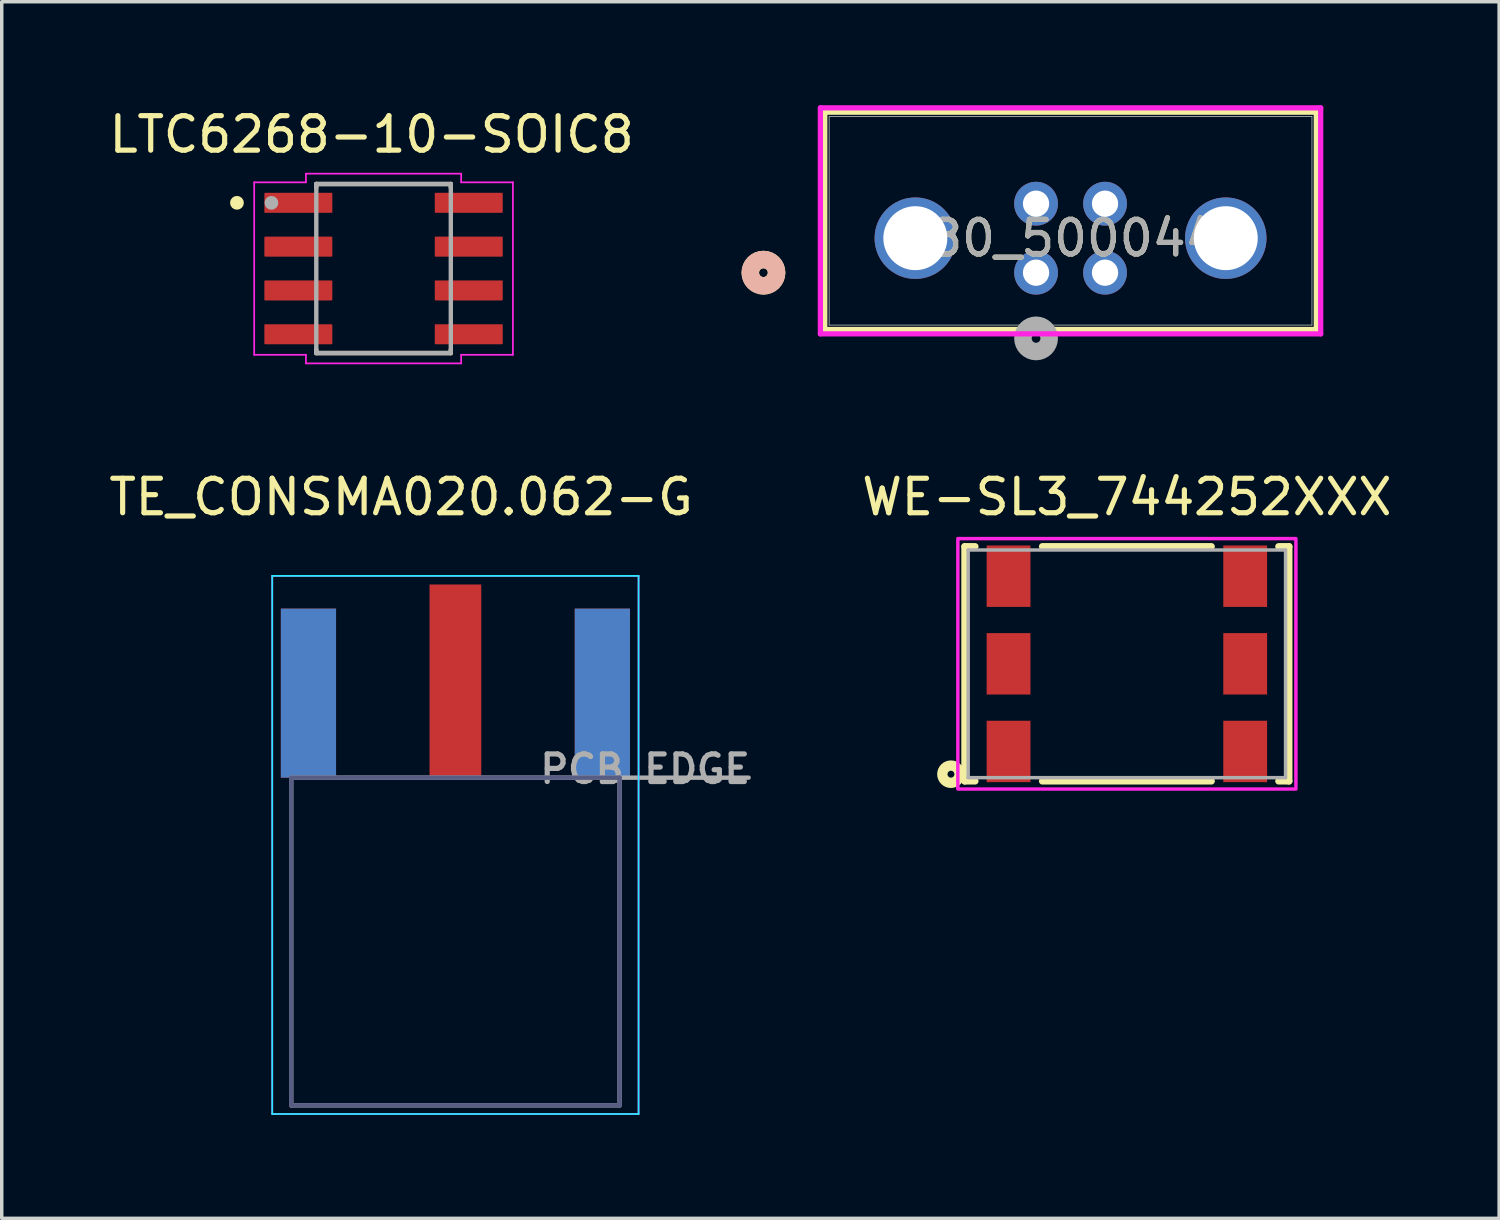
<source format=kicad_pcb>
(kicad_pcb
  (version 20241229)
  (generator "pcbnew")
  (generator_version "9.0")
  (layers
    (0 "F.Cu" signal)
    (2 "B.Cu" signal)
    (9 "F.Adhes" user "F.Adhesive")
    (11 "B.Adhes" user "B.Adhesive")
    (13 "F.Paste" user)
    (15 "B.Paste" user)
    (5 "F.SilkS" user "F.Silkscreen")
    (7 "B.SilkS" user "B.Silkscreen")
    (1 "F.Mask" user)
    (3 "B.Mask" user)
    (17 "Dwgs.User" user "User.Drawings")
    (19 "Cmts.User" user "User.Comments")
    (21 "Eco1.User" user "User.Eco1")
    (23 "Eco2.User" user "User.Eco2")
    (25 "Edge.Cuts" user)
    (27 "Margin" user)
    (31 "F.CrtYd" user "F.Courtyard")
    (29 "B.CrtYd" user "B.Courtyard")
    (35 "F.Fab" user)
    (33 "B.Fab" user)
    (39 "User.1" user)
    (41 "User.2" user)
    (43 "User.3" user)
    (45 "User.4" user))
  (footprint "WE-SL3_744252XXX"
    (layer "F.Cu")
    (at 29.618 16.194)
    (property "Reference" "WE-SL3_744252XXX" (at 0 -4.835 0) (layer "F.SilkS") (effects (font (size 1 1) (thickness 0.15))))
    (attr smd)
    (fp_line (start -4.7 -3.4) (end -4.7 3.4) (stroke (width 0.2) (type solid)) (layer "F.SilkS"))
    (fp_line (start -4.4 -3.4) (end -4.7 -3.4) (stroke (width 0.2) (type solid)) (layer "F.SilkS"))
    (fp_line (start -4.4 3.4) (end -4.7 3.4) (stroke (width 0.2) (type solid)) (layer "F.SilkS"))
    (fp_line (start -2.45 -3.4) (end 2.45 -3.4) (stroke (width 0.2) (type solid)) (layer "F.SilkS"))
    (fp_line (start -2.45 3.4) (end 2.45 3.4) (stroke (width 0.2) (type solid)) (layer "F.SilkS"))
    (fp_line (start 4.4 -3.4) (end 4.7 -3.4) (stroke (width 0.2) (type solid)) (layer "F.SilkS"))
    (fp_line (start 4.4 3.4) (end 4.7 3.4) (stroke (width 0.2) (type solid)) (layer "F.SilkS"))
    (fp_line (start 4.7 -3.4) (end 4.7 3.4) (stroke (width 0.2) (type solid)) (layer "F.SilkS"))
    (fp_circle (center -5.1 3.2) (end -5 3.2) (stroke (width 0.3) (type solid)) (fill no) (layer "F.SilkS"))
    (fp_poly (pts (xy -4.9 -3.63) (xy 4.9 -3.63) (xy 4.9 3.63) (xy -4.9 3.63)) (stroke (width 0.1) (type solid)) (fill no) (layer "F.CrtYd"))
    (fp_line (start -4.6 -3.3) (end -4.6 3.3) (stroke (width 0.1) (type solid)) (layer "F.Fab"))
    (fp_line (start -4.6 -3.3) (end 4.6 -3.3) (stroke (width 0.1) (type solid)) (layer "F.Fab"))
    (fp_line (start -4.6 3.3) (end 4.6 3.3) (stroke (width 0.1) (type solid)) (layer "F.Fab"))
    (fp_line (start 4.6 -3.3) (end 4.6 3.3) (stroke (width 0.1) (type solid)) (layer "F.Fab"))
    (pad "1" smd rect (at -3.43 2.54) (size 1.27 1.78) (layers "F.Cu" "F.Mask" "F.Paste"))
    (pad "2" smd rect (at -3.43 0) (size 1.27 1.78) (layers "F.Cu" "F.Mask" "F.Paste"))
    (pad "3" smd rect (at -3.43 -2.54) (size 1.27 1.78) (layers "F.Cu" "F.Mask" "F.Paste"))
    (pad "4" smd rect (at 3.43 -2.54) (size 1.27 1.78) (layers "F.Cu" "F.Mask" "F.Paste"))
    (pad "5" smd rect (at 3.43 0) (size 1.27 1.78) (layers "F.Cu" "F.Mask" "F.Paste"))
    (pad "6" smd rect (at 3.43 2.54) (size 1.27 1.78) (layers "F.Cu" "F.Mask" "F.Paste")))
  (footprint "TE_CONSMA020.062-G"
    (layer "F.Cu")
    (at 10.152 19.494)
    (property "Reference" "TE_CONSMA020.062-G" (at -1.575 -8.135 0) (layer "F.SilkS") (effects (font (size 1 1) (thickness 0.15))))
    (attr smd)
    (fp_line (start -5.31 -5.85) (end 5.31 -5.85) (stroke (width 0.05) (type solid)) (layer "B.CrtYd"))
    (fp_line (start -5.31 9.75) (end -5.31 -5.85) (stroke (width 0.05) (type solid)) (layer "B.CrtYd"))
    (fp_line (start 5.31 -5.85) (end 5.31 9.75) (stroke (width 0.05) (type solid)) (layer "B.CrtYd"))
    (fp_line (start 5.31 9.75) (end -5.31 9.75) (stroke (width 0.05) (type solid)) (layer "B.CrtYd"))
    (fp_line (start -5.31 -5.85) (end 5.31 -5.85) (stroke (width 0.05) (type solid)) (layer "F.CrtYd"))
    (fp_line (start -5.31 9.75) (end -5.31 -5.85) (stroke (width 0.05) (type solid)) (layer "F.CrtYd"))
    (fp_line (start 5.31 -5.85) (end 5.31 9.75) (stroke (width 0.05) (type solid)) (layer "F.CrtYd"))
    (fp_line (start 5.31 9.75) (end -5.31 9.75) (stroke (width 0.05) (type solid)) (layer "F.CrtYd"))
    (fp_line (start -4.76 0) (end 4.76 0) (stroke (width 0.127) (type solid)) (layer "B.Fab"))
    (fp_line (start -4.76 9.5) (end -4.76 0) (stroke (width 0.127) (type solid)) (layer "B.Fab"))
    (fp_line (start 4.76 0) (end 4.76 9.5) (stroke (width 0.127) (type solid)) (layer "B.Fab"))
    (fp_line (start 4.76 9.5) (end -4.76 9.5) (stroke (width 0.127) (type solid)) (layer "B.Fab"))
    (fp_line (start -4.76 0) (end 4.76 0) (stroke (width 0.127) (type solid)) (layer "F.Fab"))
    (fp_line (start -4.76 9.5) (end -4.76 0) (stroke (width 0.127) (type solid)) (layer "F.Fab"))
    (fp_line (start 4.76 0) (end 4.76 9.5) (stroke (width 0.127) (type solid)) (layer "F.Fab"))
    (fp_line (start 4.76 0) (end 8.5 0) (stroke (width 0.127) (type solid)) (layer "F.Fab"))
    (fp_line (start 4.76 9.5) (end -4.76 9.5) (stroke (width 0.127) (type solid)) (layer "F.Fab"))
    (fp_text user "PCB EDGE" (at 5.5 -0.25 0) (layer "F.Fab") (effects (font (size 0.8 0.8) (thickness 0.15))))
    (pad "1" smd rect (at 0 -2.8) (size 1.5 5.6) (layers "F.Cu" "F.Mask" "F.Paste"))
    (pad "2" smd rect (at -4.26 -2.45) (size 1.6 4.9) (layers "F.Cu" "F.Mask" "F.Paste"))
    (pad "2" smd rect (at -4.26 -2.45) (size 1.6 4.9) (layers "B.Cu" "B.Mask" "B.Paste"))
    (pad "2" smd rect (at 4.26 -2.45) (size 1.6 4.9) (layers "F.Cu" "F.Mask" "F.Paste"))
    (pad "2" smd rect (at 4.26 -2.45) (size 1.6 4.9) (layers "B.Cu" "B.Mask" "B.Paste")))
  (footprint "M80_5000442"
    (layer "F.Cu")
    (at 26.985 4.855)
    (property "Reference" "M80_5000442" (at 1 -1 0) (unlocked yes) (layer "F.SilkS") (effects (font (size 1 1) (thickness 0.15))))
    (attr through_hole)
    (fp_line (start -6.125 -4.652) (end -6.125 1.647) (stroke (width 0.152) (type solid)) (layer "F.SilkS"))
    (fp_line (start -6.125 1.647) (end 8.125 1.647) (stroke (width 0.152) (type solid)) (layer "F.SilkS"))
    (fp_line (start 8.125 -4.652) (end -6.125 -4.652) (stroke (width 0.152) (type solid)) (layer "F.SilkS"))
    (fp_line (start 8.125 1.647) (end 8.125 -4.652) (stroke (width 0.152) (type solid)) (layer "F.SilkS"))
    (fp_circle (center -7.903 0) (end -7.522 0) (stroke (width 0.508) (type solid)) (fill no) (layer "F.SilkS"))
    (fp_circle (center -7.903 0) (end -7.522 0) (stroke (width 0.508) (type solid)) (fill no) (layer "B.SilkS"))
    (fp_line (start -6.252 -4.779) (end -6.252 1.774) (stroke (width 0.152) (type solid)) (layer "F.CrtYd"))
    (fp_line (start -6.252 1.774) (end 8.252 1.774) (stroke (width 0.152) (type solid)) (layer "F.CrtYd"))
    (fp_line (start 8.252 -4.779) (end -6.252 -4.779) (stroke (width 0.152) (type solid)) (layer "F.CrtYd"))
    (fp_line (start 8.252 1.774) (end 8.252 -4.779) (stroke (width 0.152) (type solid)) (layer "F.CrtYd"))
    (fp_line (start -5.998 -4.525) (end -5.998 1.52) (stroke (width 0.025) (type solid)) (layer "F.Fab"))
    (fp_line (start -5.998 1.52) (end 7.998 1.52) (stroke (width 0.025) (type solid)) (layer "F.Fab"))
    (fp_line (start 7.998 -4.525) (end -5.998 -4.525) (stroke (width 0.025) (type solid)) (layer "F.Fab"))
    (fp_line (start 7.998 1.52) (end 7.998 -4.525) (stroke (width 0.025) (type solid)) (layer "F.Fab"))
    (fp_circle (center 0 1.905) (end 0.381 1.905) (stroke (width 0.508) (type solid)) (fill no) (layer "F.Fab"))
    (fp_text user "${REFERENCE}" (at 1 -1 0) (unlocked yes) (layer "F.Fab") (effects (font (size 1 1) (thickness 0.15))))
    (pad "1" thru_hole circle (at 0 0) (size 1.27 1.27) (drill 0.762) (layers "*.Cu" "*.Mask"))
    (pad "2" thru_hole circle (at 2 0) (size 1.27 1.27) (drill 0.762) (layers "*.Cu" "*.Mask"))
    (pad "3" thru_hole circle (at 0 -2) (size 1.27 1.27) (drill 0.762) (layers "*.Cu" "*.Mask"))
    (pad "4" thru_hole circle (at 2 -2) (size 1.27 1.27) (drill 0.762) (layers "*.Cu" "*.Mask"))
    (pad "5" thru_hole circle (at -3.5 -1 90) (size 2.362 2.362) (drill 1.854) (layers "*.Cu" "*.Mask"))
    (pad "6" thru_hole circle (at 5.5 -1 90) (size 2.362 2.362) (drill 1.854) (layers "*.Cu" "*.Mask")))
  (footprint "LTC6268-10-SOIC8"
    (layer "F.Cu")
    (at 8.069 4.735)
    (property "Reference" "LTC6268-10-SOIC8" (at -0.345 -3.887 0) (layer "F.SilkS") (effects (font (size 1 1) (thickness 0.15))))
    (attr smd)
    (fp_line (start -1.95 -2.45) (end -1.95 -2.35) (stroke (width 0.127) (type solid)) (layer "F.SilkS"))
    (fp_line (start -1.95 2.35) (end -1.95 2.45) (stroke (width 0.127) (type solid)) (layer "F.SilkS"))
    (fp_line (start -1.95 2.45) (end 1.95 2.45) (stroke (width 0.127) (type solid)) (layer "F.SilkS"))
    (fp_line (start 1.95 -2.45) (end -1.95 -2.45) (stroke (width 0.127) (type solid)) (layer "F.SilkS"))
    (fp_line (start 1.95 -2.35) (end 1.95 -2.45) (stroke (width 0.127) (type solid)) (layer "F.SilkS"))
    (fp_line (start 1.95 2.45) (end 1.95 2.35) (stroke (width 0.127) (type solid)) (layer "F.SilkS"))
    (fp_circle (center -4.25 -1.905) (end -4.15 -1.905) (stroke (width 0.2) (type solid)) (fill no) (layer "F.SilkS"))
    (fp_line (start -3.75 -2.5) (end -2.25 -2.5) (stroke (width 0.05) (type solid)) (layer "F.CrtYd"))
    (fp_line (start -3.75 2.5) (end -3.75 -2.5) (stroke (width 0.05) (type solid)) (layer "F.CrtYd"))
    (fp_line (start -2.25 -2.75) (end 2.25 -2.75) (stroke (width 0.05) (type solid)) (layer "F.CrtYd"))
    (fp_line (start -2.25 -2.5) (end -2.25 -2.75) (stroke (width 0.05) (type solid)) (layer "F.CrtYd"))
    (fp_line (start -2.25 2.5) (end -3.75 2.5) (stroke (width 0.05) (type solid)) (layer "F.CrtYd"))
    (fp_line (start -2.25 2.75) (end -2.25 2.5) (stroke (width 0.05) (type solid)) (layer "F.CrtYd"))
    (fp_line (start 2.25 -2.75) (end 2.25 -2.5) (stroke (width 0.05) (type solid)) (layer "F.CrtYd"))
    (fp_line (start 2.25 -2.5) (end 3.75 -2.5) (stroke (width 0.05) (type solid)) (layer "F.CrtYd"))
    (fp_line (start 2.25 2.5) (end 2.25 2.75) (stroke (width 0.05) (type solid)) (layer "F.CrtYd"))
    (fp_line (start 2.25 2.75) (end -2.25 2.75) (stroke (width 0.05) (type solid)) (layer "F.CrtYd"))
    (fp_line (start 3.75 -2.5) (end 3.75 2.5) (stroke (width 0.05) (type solid)) (layer "F.CrtYd"))
    (fp_line (start 3.75 2.5) (end 2.25 2.5) (stroke (width 0.05) (type solid)) (layer "F.CrtYd"))
    (fp_line (start -1.95 -2.451) (end 1.95 -2.451) (stroke (width 0.127) (type solid)) (layer "F.Fab"))
    (fp_line (start -1.95 2.451) (end -1.95 -2.451) (stroke (width 0.127) (type solid)) (layer "F.Fab"))
    (fp_line (start 1.95 -2.451) (end 1.95 2.451) (stroke (width 0.127) (type solid)) (layer "F.Fab"))
    (fp_line (start 1.95 2.451) (end -1.95 2.451) (stroke (width 0.127) (type solid)) (layer "F.Fab"))
    (fp_circle (center -3.25 -1.905) (end -3.15 -1.905) (stroke (width 0.2) (type solid)) (fill no) (layer "F.Fab"))
    (pad "1" smd roundrect (at -2.47 -1.905) (size 1.97 0.58) (layers "F.Cu" "F.Mask" "F.Paste") (roundrect_rratio 0.04))
    (pad "2" smd roundrect (at -2.47 -0.635) (size 1.97 0.58) (layers "F.Cu" "F.Mask" "F.Paste") (roundrect_rratio 0.04))
    (pad "3" smd roundrect (at -2.47 0.635) (size 1.97 0.58) (layers "F.Cu" "F.Mask" "F.Paste") (roundrect_rratio 0.04))
    (pad "4" smd roundrect (at -2.47 1.905) (size 1.97 0.58) (layers "F.Cu" "F.Mask" "F.Paste") (roundrect_rratio 0.04))
    (pad "5" smd roundrect (at 2.47 1.905) (size 1.97 0.58) (layers "F.Cu" "F.Mask" "F.Paste") (roundrect_rratio 0.04))
    (pad "6" smd roundrect (at 2.47 0.635) (size 1.97 0.58) (layers "F.Cu" "F.Mask" "F.Paste") (roundrect_rratio 0.04))
    (pad "7" smd roundrect (at 2.47 -0.635) (size 1.97 0.58) (layers "F.Cu" "F.Mask" "F.Paste") (roundrect_rratio 0.04))
    (pad "8" smd roundrect (at 2.47 -1.905) (size 1.97 0.58) (layers "F.Cu" "F.Mask" "F.Paste") (roundrect_rratio 0.04)))
  (gr_rect
    (start -3 -3)
    (end 40.409 32.269)
    (stroke (width 0.1) (type default))
    (fill no)
    (layer "Edge.Cuts")))
</source>
